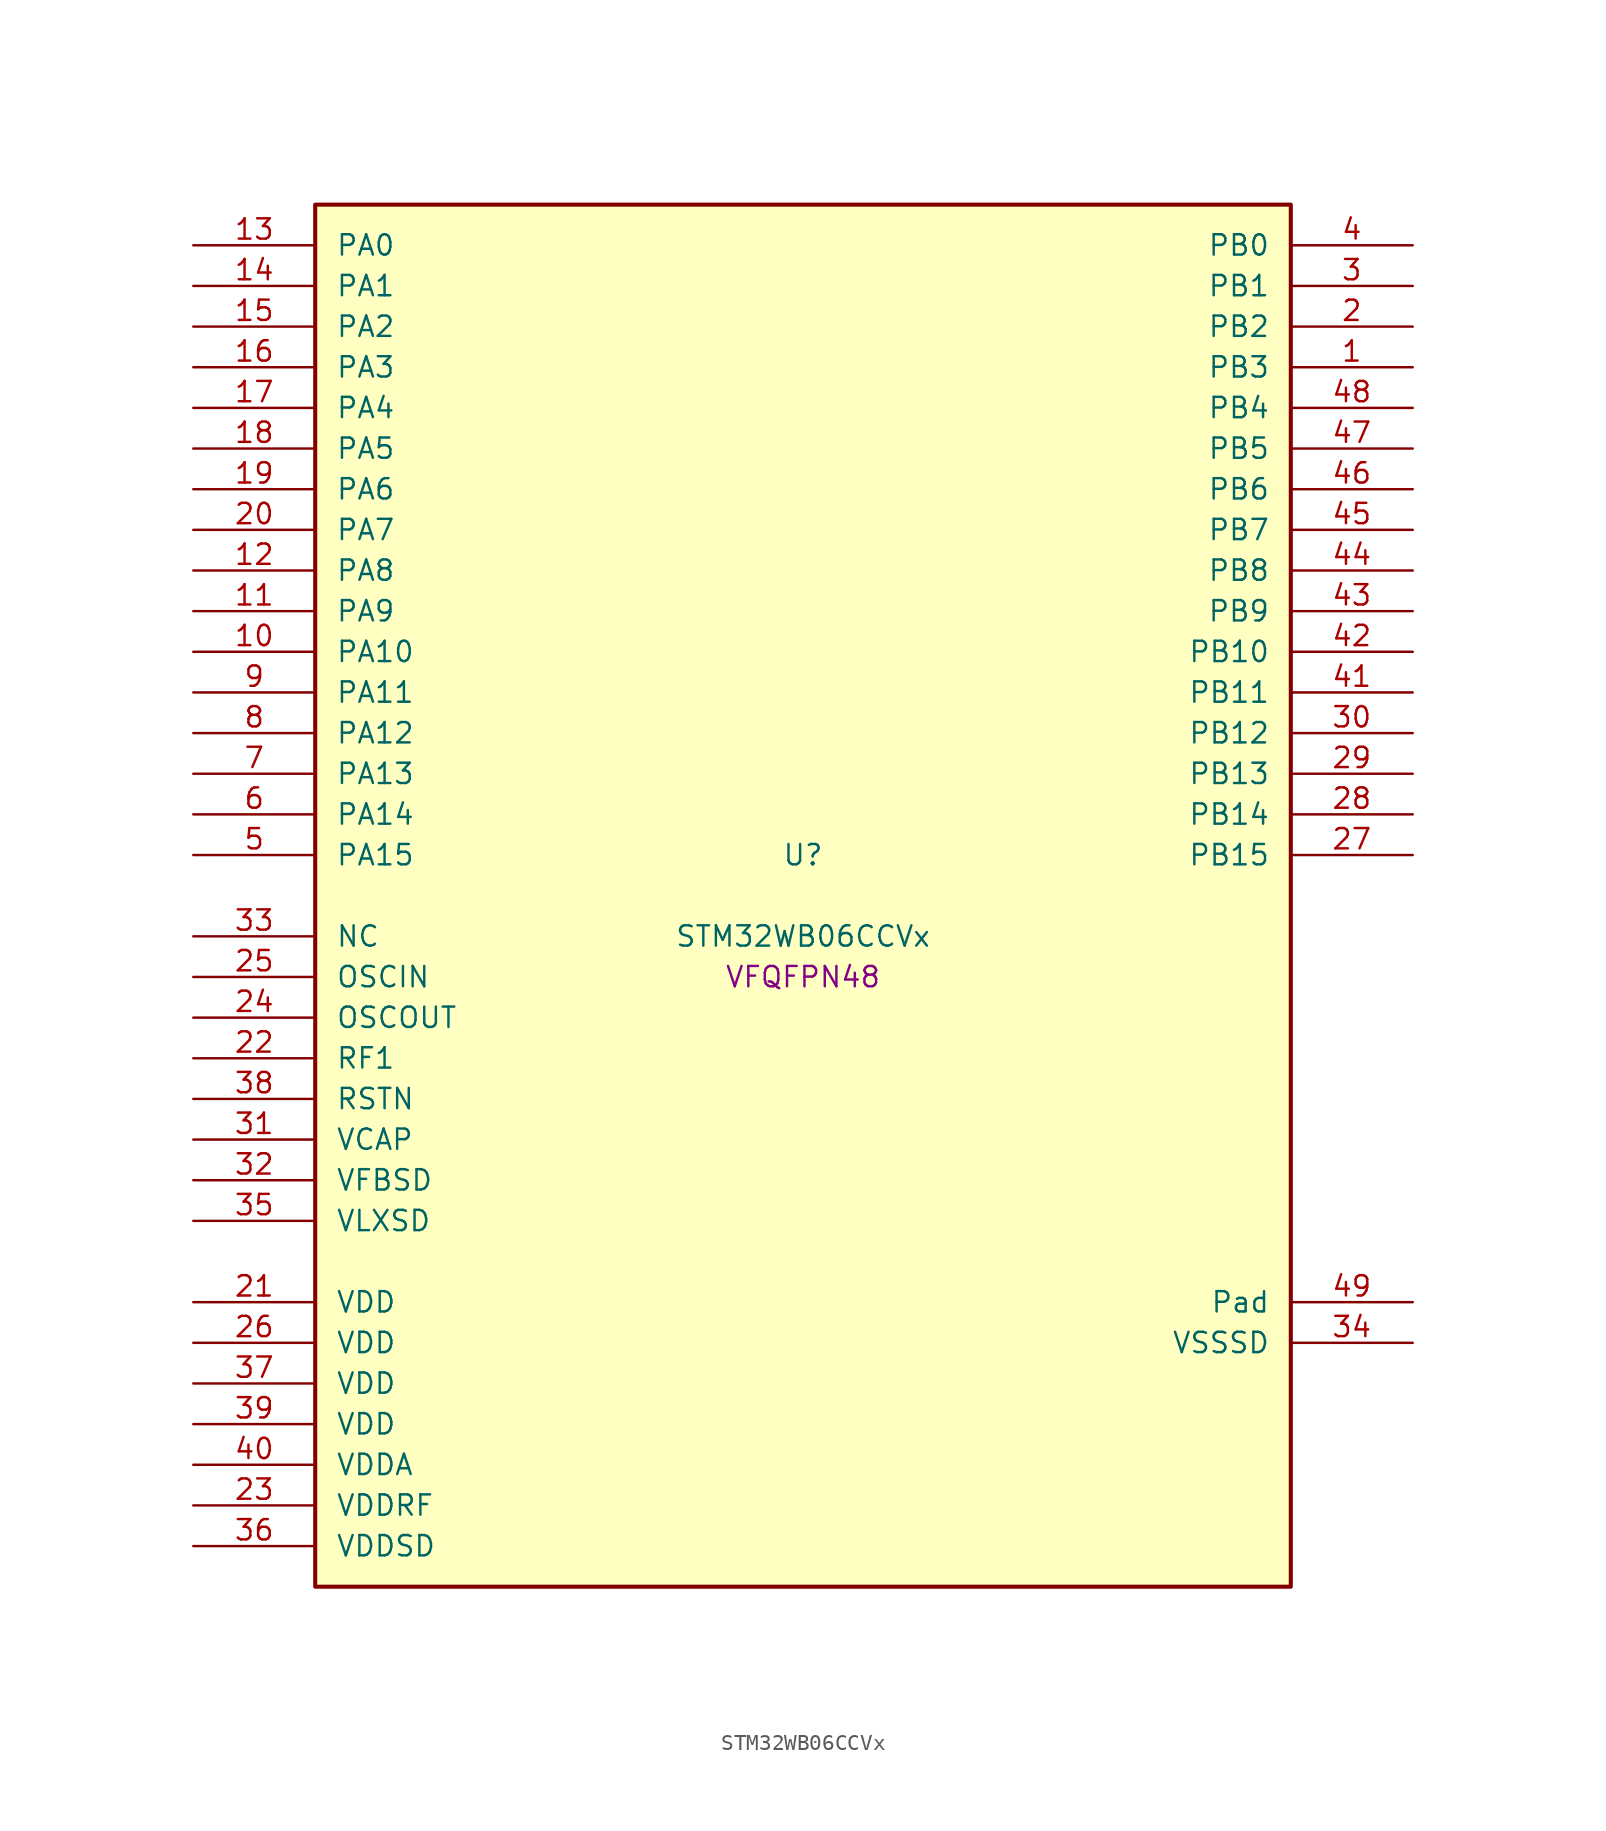
<source format=kicad_sym>
(kicad_symbol_lib
  (version 20241209)
  (generator "stm32_pkl_generator")
  (generator_version "1.0")
  (symbol "STM32WB06CCVx"
    (pin_names
      (offset 1.27))
    (property "Reference" "U"
      (at 0 2.54 0))
    (property "Value" "STM32WB06CCVx"
      (at 0 -2.54 0))
    (property "Footprint" "VFQFPN48"
      (at 0 -5.08 0))
    (symbol "STM32WB06CCVx_1_1"
      (rectangle (start -30.48 43.18) (end 30.48 -43.18) (stroke (width 0.254) (type solid)) (fill (type background)))
      (pin bidirectional line (at -38.1 40.64 0) (length 7.62) (name "PA0") (number "13") (alternate "PA0/I2C1_SCL" bidirectional line) (alternate "PA0/I2S2_MCK" bidirectional line) (alternate "PA0/PWR_WKUP12" bidirectional line) (alternate "PA0/TIM1_CH3" bidirectional line) (alternate "PA0/USART1_CTS" bidirectional line))
      (pin bidirectional line (at -38.1 38.1 0) (length 7.62) (name "PA1") (number "14") (alternate "PA1/I2C1_SDA" bidirectional line) (alternate "PA1/PWR_WKUP13" bidirectional line) (alternate "PA1/SPI2_MISO" bidirectional line) (alternate "PA1/TIM1_CH4" bidirectional line) (alternate "PA1/USART1_TX" bidirectional line))
      (pin bidirectional line (at -38.1 35.56 0) (length 7.62) (name "PA2") (number "15") (alternate "PA2/DEBUG_SWDIO" bidirectional line) (alternate "PA2/I2S3_MCK" bidirectional line) (alternate "PA2/PWR_WKUP14" bidirectional line) (alternate "PA2/USART1_CK" bidirectional line))
      (pin bidirectional line (at -38.1 33.02 0) (length 7.62) (name "PA3") (number "16") (alternate "PA3/DEBUG_SWCLK" bidirectional line) (alternate "PA3/I2S3_SCK" bidirectional line) (alternate "PA3/PWR_WKUP15" bidirectional line) (alternate "PA3/SPI3_SCK" bidirectional line) (alternate "PA3/TIM1_BKIN2" bidirectional line) (alternate "PA3/USART1_DE" bidirectional line) (alternate "PA3/USART1_RTS" bidirectional line))
      (pin bidirectional line (at -38.1 30.48 0) (length 7.62) (name "PA4") (number "17") (alternate "PA4/I2S2_WS" bidirectional line) (alternate "PA4/LPUART1_TX" bidirectional line) (alternate "PA4/PWR_WKUP16" bidirectional line) (alternate "PA4/RCC_LCO" bidirectional line) (alternate "PA4/SPI2_NSS" bidirectional line) (alternate "PA4/TIM1_CH1" bidirectional line))
      (pin bidirectional line (at -38.1 27.94 0) (length 7.62) (name "PA5") (number "18") (alternate "PA5/I2S2_SCK" bidirectional line) (alternate "PA5/LPUART1_RX" bidirectional line) (alternate "PA5/PWR_WKUP17" bidirectional line) (alternate "PA5/RCC_LCO" bidirectional line) (alternate "PA5/RCC_MCO" bidirectional line) (alternate "PA5/SPI2_SCK" bidirectional line) (alternate "PA5/TIM1_CH2" bidirectional line))
      (pin bidirectional line (at -38.1 25.4 0) (length 7.62) (name "PA6") (number "19") (alternate "PA6/I2S2_SD" bidirectional line) (alternate "PA6/I2S2_WS" bidirectional line) (alternate "PA6/LPUART1_CTS" bidirectional line) (alternate "PA6/PWR_WKUP18" bidirectional line) (alternate "PA6/SPI2_MOSI" bidirectional line) (alternate "PA6/SPI2_NSS" bidirectional line) (alternate "PA6/TIM1_CH1" bidirectional line))
      (pin bidirectional line (at -38.1 22.86 0) (length 7.62) (name "PA7") (number "20") (alternate "PA7/I2S2_SCK" bidirectional line) (alternate "PA7/LPUART1_DE" bidirectional line) (alternate "PA7/LPUART1_RTS" bidirectional line) (alternate "PA7/PWR_WKUP19" bidirectional line) (alternate "PA7/RTC_OUT" bidirectional line) (alternate "PA7/SPI2_MISO" bidirectional line) (alternate "PA7/SPI2_SCK" bidirectional line) (alternate "PA7/TIM1_CH2" bidirectional line))
      (pin bidirectional line (at -38.1 20.32 0) (length 7.62) (name "PA8") (number "12") (alternate "PA8/PWR_WKUP8" bidirectional line) (alternate "PA8/PWR_WKUP20" bidirectional line) (alternate "PA8/RADIO_RX_SEQUENCE" bidirectional line) (alternate "PA8/RTC_OUT" bidirectional line) (alternate "PA8/SPI1_MOSI" bidirectional line) (alternate "PA8/SPI3_MISO" bidirectional line) (alternate "PA8/TIM1_CH3" bidirectional line) (alternate "PA8/USART1_RX" bidirectional line))
      (pin bidirectional line (at -38.1 17.78 0) (length 7.62) (name "PA9") (number "11") (alternate "PA9/I2S3_WS" bidirectional line) (alternate "PA9/PWR_WKUP9" bidirectional line) (alternate "PA9/PWR_WKUP21" bidirectional line) (alternate "PA9/RTC_OUT" bidirectional line) (alternate "PA9/SPI1_SCK" bidirectional line) (alternate "PA9/SPI3_NSS" bidirectional line) (alternate "PA9/TIM1_CH4" bidirectional line) (alternate "PA9/USART1_TX" bidirectional line))
      (pin bidirectional line (at -38.1 15.24 0) (length 7.62) (name "PA10") (number "10") (alternate "PA10/I2S3_MCK" bidirectional line) (alternate "PA10/PWR_WKUP10" bidirectional line) (alternate "PA10/PWR_WKUP22" bidirectional line) (alternate "PA10/RADIO_TX_SEQUENCE" bidirectional line) (alternate "PA10/RCC_LCO" bidirectional line) (alternate "PA10/SPI1_MISO" bidirectional line))
      (pin bidirectional line (at -38.1 12.7 0) (length 7.62) (name "PA11") (number "9") (alternate "PA11/I2S3_SD" bidirectional line) (alternate "PA11/PWR_WKUP11" bidirectional line) (alternate "PA11/PWR_WKUP23" bidirectional line) (alternate "PA11/RADIO_RX_SEQUENCE" bidirectional line) (alternate "PA11/RCC_MCO" bidirectional line) (alternate "PA11/RTC_OUT" bidirectional line) (alternate "PA11/SPI1_NSS" bidirectional line) (alternate "PA11/SPI3_MOSI" bidirectional line))
      (pin bidirectional line (at -38.1 10.16 0) (length 7.62) (name "PA12") (number "8") (alternate "PA12/ADC1_VINM3" bidirectional line) (alternate "PA12/I2C1_SMBA" bidirectional line) (alternate "PA12/I2S2_SD" bidirectional line) (alternate "PA12/PWR_WKUP24" bidirectional line) (alternate "PA12/SPI1_NSS" bidirectional line) (alternate "PA12/SPI2_MOSI" bidirectional line) (alternate "PA12/TIM1_CH1" bidirectional line))
      (pin bidirectional line (at -38.1 7.62 0) (length 7.62) (name "PA13") (number "7") (alternate "PA13/ADC1_VINP3" bidirectional line) (alternate "PA13/I2C2_SCL" bidirectional line) (alternate "PA13/PWR_WKUP25" bidirectional line) (alternate "PA13/SPI1_SCK" bidirectional line) (alternate "PA13/SPI2_MISO" bidirectional line) (alternate "PA13/TIM1_ETR" bidirectional line))
      (pin bidirectional line (at -38.1 5.08 0) (length 7.62) (name "PA14") (number "6") (alternate "PA14/ADC1_VINM2" bidirectional line) (alternate "PA14/I2C2_SDA" bidirectional line) (alternate "PA14/PWR_WKUP26" bidirectional line) (alternate "PA14/SPI1_MISO" bidirectional line))
      (pin bidirectional line (at -38.1 2.54 0) (length 7.62) (name "PA15") (number "5") (alternate "PA15/ADC1_VINP2" bidirectional line) (alternate "PA15/I2C2_SMBA" bidirectional line) (alternate "PA15/PWR_WKUP27" bidirectional line) (alternate "PA15/SPI1_MOSI" bidirectional line) (alternate "PA15/TIM1_BKIN2" bidirectional line))
      (pin bidirectional line (at 38.1 40.64 180) (length 7.62) (name "PB0") (number "4") (alternate "PB0/ADC1_VINM1" bidirectional line) (alternate "PB0/LPUART1_DE" bidirectional line) (alternate "PB0/LPUART1_RTS" bidirectional line) (alternate "PB0/PWR_WKUP0" bidirectional line) (alternate "PB0/TIM1_CH2N" bidirectional line) (alternate "PB0/USART1_RX" bidirectional line))
      (pin bidirectional line (at 38.1 38.1 180) (length 7.62) (name "PB1") (number "3") (alternate "PB1/ADC1_PDM_CLK" bidirectional line) (alternate "PB1/ADC1_VINP1" bidirectional line) (alternate "PB1/PWR_WKUP1" bidirectional line) (alternate "PB1/SPI1_NSS" bidirectional line) (alternate "PB1/TIM1_ETR" bidirectional line))
      (pin bidirectional line (at 38.1 35.56 180) (length 7.62) (name "PB2") (number "2") (alternate "PB2/ADC1_PDM_DATA" bidirectional line) (alternate "PB2/ADC1_PGA_CAP0" bidirectional line) (alternate "PB2/ADC1_VINM0" bidirectional line) (alternate "PB2/PWR_WKUP2" bidirectional line) (alternate "PB2/TIM1_CH3" bidirectional line) (alternate "PB2/USART1_DE" bidirectional line) (alternate "PB2/USART1_RTS" bidirectional line))
      (pin bidirectional line (at 38.1 33.02 180) (length 7.62) (name "PB3") (number "1") (alternate "PB3/ADC1_PGA_CAP1" bidirectional line) (alternate "PB3/ADC1_VINP0" bidirectional line) (alternate "PB3/LPUART1_TX" bidirectional line) (alternate "PB3/PWR_WKUP3" bidirectional line) (alternate "PB3/TIM1_CH4" bidirectional line) (alternate "PB3/USART1_CTS" bidirectional line))
      (pin bidirectional line (at 38.1 30.48 180) (length 7.62) (name "PB4") (number "48") (alternate "PB4/ADC1_PDM_DATA" bidirectional line) (alternate "PB4/ADC1_PGA_VIN" bidirectional line) (alternate "PB4/LPUART1_TX" bidirectional line) (alternate "PB4/PWR_WKUP4" bidirectional line) (alternate "PB4/SPI2_MISO" bidirectional line))
      (pin bidirectional line (at 38.1 27.94 180) (length 7.62) (name "PB5") (number "47") (alternate "PB5/ADC1_PDM_CLK" bidirectional line) (alternate "PB5/ADC1_PGA_VBIAS_MIC" bidirectional line) (alternate "PB5/I2S2_SD" bidirectional line) (alternate "PB5/LPUART1_RX" bidirectional line) (alternate "PB5/PWR_WKUP5" bidirectional line) (alternate "PB5/SPI2_MOSI" bidirectional line))
      (pin bidirectional line (at 38.1 25.4 180) (length 7.62) (name "PB6") (number "46") (alternate "PB6/I2C2_SCL" bidirectional line) (alternate "PB6/I2S2_WS" bidirectional line) (alternate "PB6/LPUART1_TX" bidirectional line) (alternate "PB6/PWR_WKUP6" bidirectional line) (alternate "PB6/SPI2_NSS" bidirectional line) (alternate "PB6/TIM1_CH1" bidirectional line))
      (pin bidirectional line (at 38.1 22.86 180) (length 7.62) (name "PB7") (number "45") (alternate "PB7/I2C2_SDA" bidirectional line) (alternate "PB7/I2S2_SCK" bidirectional line) (alternate "PB7/LPUART1_RX" bidirectional line) (alternate "PB7/PWR_WKUP7" bidirectional line) (alternate "PB7/SPI2_SCK" bidirectional line) (alternate "PB7/TIM1_CH2" bidirectional line))
      (pin bidirectional line (at 38.1 20.32 180) (length 7.62) (name "PB8") (number "44") (alternate "PB8/LPUART1_RX" bidirectional line) (alternate "PB8/PWR_WKUP20" bidirectional line) (alternate "PB8/TIM1_CH1N" bidirectional line) (alternate "PB8/TIM1_CH4" bidirectional line) (alternate "PB8/USART1_CK" bidirectional line))
      (pin bidirectional line (at 38.1 17.78 180) (length 7.62) (name "PB9") (number "43") (alternate "PB9/I2S2_MCK" bidirectional line) (alternate "PB9/LPUART1_CTS" bidirectional line) (alternate "PB9/PWR_WKUP21" bidirectional line) (alternate "PB9/TIM1_CH1N" bidirectional line) (alternate "PB9/TIM1_CH2N" bidirectional line) (alternate "PB9/USART1_TX" bidirectional line))
      (pin bidirectional line (at 38.1 15.24 180) (length 7.62) (name "PB10") (number "42") (alternate "PB10/I2C1_SDA" bidirectional line) (alternate "PB10/I2S2_SCK" bidirectional line) (alternate "PB10/PWR_WKUP22" bidirectional line) (alternate "PB10/SPI1_NSS" bidirectional line) (alternate "PB10/SPI2_SCK" bidirectional line) (alternate "PB10/TIM1_CH2" bidirectional line) (alternate "PB10/TIM1_CH3N" bidirectional line))
      (pin bidirectional line (at 38.1 12.7 180) (length 7.62) (name "PB11") (number "41") (alternate "PB11/I2C1_SCL" bidirectional line) (alternate "PB11/I2S2_WS" bidirectional line) (alternate "PB11/PWR_WKUP23" bidirectional line) (alternate "PB11/SPI1_SCK" bidirectional line) (alternate "PB11/SPI2_NSS" bidirectional line) (alternate "PB11/TIM1_CH1" bidirectional line))
      (pin bidirectional line (at 38.1 10.16 180) (length 7.62) (name "PB12") (number "30") (alternate "PB12/ADC1_PDM_DATA" bidirectional line) (alternate "PB12/RCC_LCO" bidirectional line) (alternate "PB12/RCC_OSC32_OUT" bidirectional line) (alternate "PB12/SPI1_SCK" bidirectional line) (alternate "PB12/TIM1_CH3" bidirectional line))
      (pin bidirectional line (at 38.1 7.62 180) (length 7.62) (name "PB13") (number "29") (alternate "PB13/ADC1_PDM_CLK" bidirectional line) (alternate "PB13/I2C2_SCL" bidirectional line) (alternate "PB13/RCC_OSC32_IN" bidirectional line) (alternate "PB13/SPI1_MISO" bidirectional line) (alternate "PB13/TIM1_BKIN2" bidirectional line) (alternate "PB13/TIM1_CH4" bidirectional line))
      (pin bidirectional line (at 38.1 5.08 180) (length 7.62) (name "PB14") (number "28") (alternate "PB14/I2C2_SDA" bidirectional line) (alternate "PB14/PWR_PVD_IN" bidirectional line) (alternate "PB14/SPI1_MOSI" bidirectional line) (alternate "PB14/TIM1_CH3N" bidirectional line) (alternate "PB14/TIM1_ETR" bidirectional line) (alternate "PB14/USART1_RX" bidirectional line))
      (pin bidirectional line (at 38.1 2.54 180) (length 7.62) (name "PB15") (number "27") (alternate "PB15/I2C1_SMBA" bidirectional line) (alternate "PB15/RADIO_TX_SEQUENCE" bidirectional line) (alternate "PB15/RCC_MCO" bidirectional line) (alternate "PB15/USART1_TX" bidirectional line))
      (pin bidirectional line (at -38.1 -2.54 0) (length 7.62) (name "NC") (number "33"))
      (pin bidirectional line (at -38.1 -5.08 0) (length 7.62) (name "OSCIN") (number "25") (alternate "OSCIN/RCC_OSC_IN" bidirectional line))
      (pin bidirectional line (at -38.1 -7.62 0) (length 7.62) (name "OSCOUT") (number "24") (alternate "OSCOUT/RCC_OSC_OUT" bidirectional line))
      (pin bidirectional line (at -38.1 -10.16 0) (length 7.62) (name "RF1") (number "22") (alternate "RF1/RADIO_RF1" bidirectional line))
      (pin power_in line (at -38.1 -12.7 0) (length 7.62) (name "RSTN") (number "38"))
      (pin power_in line (at -38.1 -15.24 0) (length 7.62) (name "VCAP") (number "31"))
      (pin power_in line (at -38.1 -17.78 0) (length 7.62) (name "VFBSD") (number "32"))
      (pin power_in line (at -38.1 -20.32 0) (length 7.62) (name "VLXSD") (number "35"))
      (pin power_in line (at -38.1 -25.4 0) (length 7.62) (name "VDD") (number "21"))
      (pin power_in line (at -38.1 -27.94 0) (length 7.62) (name "VDD") (number "26"))
      (pin power_in line (at -38.1 -30.48 0) (length 7.62) (name "VDD") (number "37"))
      (pin power_in line (at -38.1 -33.02 0) (length 7.62) (name "VDD") (number "39"))
      (pin power_in line (at -38.1 -35.56 0) (length 7.62) (name "VDDA") (number "40"))
      (pin power_in line (at -38.1 -38.1 0) (length 7.62) (name "VDDRF") (number "23"))
      (pin power_in line (at -38.1 -40.64 0) (length 7.62) (name "VDDSD") (number "36"))
      (pin passive line (at 38.1 -25.4 180) (length 7.62) (name "Pad") (number "49"))
      (pin power_in line (at 38.1 -27.94 180) (length 7.62) (name "VSSSD") (number "34")))))
</source>
